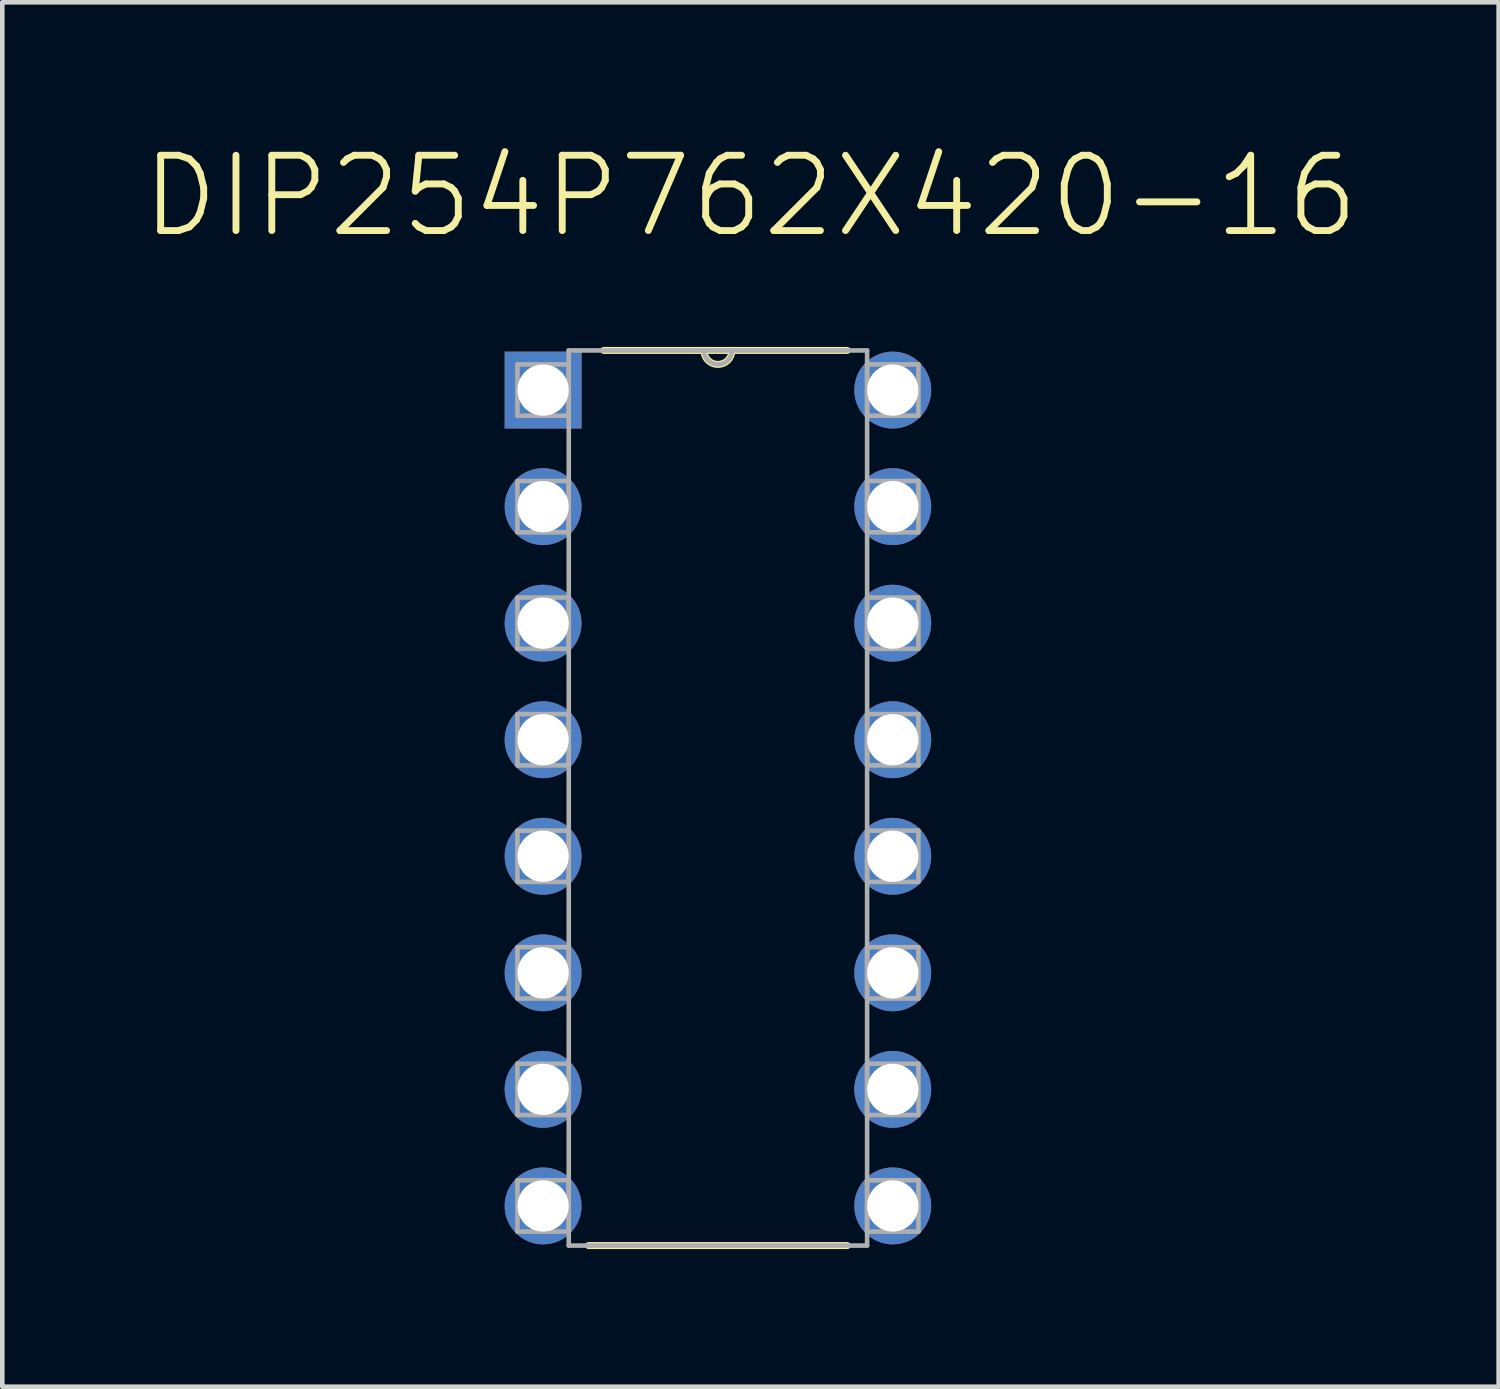
<source format=kicad_pcb>
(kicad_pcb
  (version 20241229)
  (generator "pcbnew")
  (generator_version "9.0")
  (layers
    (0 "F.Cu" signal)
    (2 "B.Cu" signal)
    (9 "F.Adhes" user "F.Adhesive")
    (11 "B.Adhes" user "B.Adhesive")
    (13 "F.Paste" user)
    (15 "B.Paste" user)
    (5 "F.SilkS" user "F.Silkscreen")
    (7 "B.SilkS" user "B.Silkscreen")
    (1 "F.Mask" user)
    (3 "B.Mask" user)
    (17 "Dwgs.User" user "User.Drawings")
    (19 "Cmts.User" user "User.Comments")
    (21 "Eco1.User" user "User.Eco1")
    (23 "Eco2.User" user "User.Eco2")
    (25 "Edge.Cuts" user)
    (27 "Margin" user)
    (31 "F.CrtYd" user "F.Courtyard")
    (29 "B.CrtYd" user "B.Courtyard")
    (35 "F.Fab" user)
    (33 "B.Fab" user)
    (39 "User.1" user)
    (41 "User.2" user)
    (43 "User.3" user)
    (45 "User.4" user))
  (footprint "DIP254P762X420-16"
    (layer "F.Cu")
    (at 16.406 23.231)
    (property "Reference" "DIP254P762X420-16" (at -3.1 -22.008 0) (layer "F.SilkS") (effects (font (size 1.641 1.641) (thickness 0.15))))
    (attr through_hole)
    (fp_line (start -6.629 0.864) (end -0.991 0.864) (stroke (width 0.152) (type solid)) (layer "F.SilkS"))
    (fp_line (start -4.115 -18.644) (end -6.299 -18.644) (stroke (width 0.152) (type solid)) (layer "F.SilkS"))
    (fp_line (start -3.505 -18.644) (end -4.115 -18.644) (stroke (width 0.152) (type solid)) (layer "F.SilkS"))
    (fp_line (start -0.991 -18.644) (end -3.505 -18.644) (stroke (width 0.152) (type solid)) (layer "F.SilkS"))
    (fp_arc (start -3.5052 -18.6436) (mid -3.81 -18.3388) (end -4.1148 -18.6436) (stroke (width 0.1524) (type solid)) (layer "F.SilkS"))
    (fp_line (start -8.179 -18.339) (end -8.179 -17.221) (stroke (width 0.1) (type solid)) (layer "F.Fab"))
    (fp_line (start -8.179 -17.221) (end -7.061 -17.221) (stroke (width 0.1) (type solid)) (layer "F.Fab"))
    (fp_line (start -8.179 -15.799) (end -8.179 -14.681) (stroke (width 0.1) (type solid)) (layer "F.Fab"))
    (fp_line (start -8.179 -14.681) (end -7.061 -14.681) (stroke (width 0.1) (type solid)) (layer "F.Fab"))
    (fp_line (start -8.179 -13.259) (end -8.179 -12.141) (stroke (width 0.1) (type solid)) (layer "F.Fab"))
    (fp_line (start -8.179 -12.141) (end -7.061 -12.141) (stroke (width 0.1) (type solid)) (layer "F.Fab"))
    (fp_line (start -8.179 -10.719) (end -8.179 -9.601) (stroke (width 0.1) (type solid)) (layer "F.Fab"))
    (fp_line (start -8.179 -9.601) (end -7.061 -9.601) (stroke (width 0.1) (type solid)) (layer "F.Fab"))
    (fp_line (start -8.179 -8.179) (end -8.179 -7.061) (stroke (width 0.1) (type solid)) (layer "F.Fab"))
    (fp_line (start -8.179 -7.061) (end -7.061 -7.061) (stroke (width 0.1) (type solid)) (layer "F.Fab"))
    (fp_line (start -8.179 -5.639) (end -8.179 -4.521) (stroke (width 0.1) (type solid)) (layer "F.Fab"))
    (fp_line (start -8.179 -4.521) (end -7.061 -4.521) (stroke (width 0.1) (type solid)) (layer "F.Fab"))
    (fp_line (start -8.179 -3.099) (end -8.179 -1.981) (stroke (width 0.1) (type solid)) (layer "F.Fab"))
    (fp_line (start -8.179 -1.981) (end -7.061 -1.981) (stroke (width 0.1) (type solid)) (layer "F.Fab"))
    (fp_line (start -8.179 -0.559) (end -8.179 0.559) (stroke (width 0.1) (type solid)) (layer "F.Fab"))
    (fp_line (start -8.179 0.559) (end -7.061 0.559) (stroke (width 0.1) (type solid)) (layer "F.Fab"))
    (fp_line (start -7.061 -18.644) (end -7.061 0.864) (stroke (width 0.1) (type solid)) (layer "F.Fab"))
    (fp_line (start -7.061 -18.339) (end -8.179 -18.339) (stroke (width 0.1) (type solid)) (layer "F.Fab"))
    (fp_line (start -7.061 -17.221) (end -7.061 -18.339) (stroke (width 0.1) (type solid)) (layer "F.Fab"))
    (fp_line (start -7.061 -15.799) (end -8.179 -15.799) (stroke (width 0.1) (type solid)) (layer "F.Fab"))
    (fp_line (start -7.061 -14.681) (end -7.061 -15.799) (stroke (width 0.1) (type solid)) (layer "F.Fab"))
    (fp_line (start -7.061 -13.259) (end -8.179 -13.259) (stroke (width 0.1) (type solid)) (layer "F.Fab"))
    (fp_line (start -7.061 -12.141) (end -7.061 -13.259) (stroke (width 0.1) (type solid)) (layer "F.Fab"))
    (fp_line (start -7.061 -10.719) (end -8.179 -10.719) (stroke (width 0.1) (type solid)) (layer "F.Fab"))
    (fp_line (start -7.061 -9.601) (end -7.061 -10.719) (stroke (width 0.1) (type solid)) (layer "F.Fab"))
    (fp_line (start -7.061 -8.179) (end -8.179 -8.179) (stroke (width 0.1) (type solid)) (layer "F.Fab"))
    (fp_line (start -7.061 -7.061) (end -7.061 -8.179) (stroke (width 0.1) (type solid)) (layer "F.Fab"))
    (fp_line (start -7.061 -5.639) (end -8.179 -5.639) (stroke (width 0.1) (type solid)) (layer "F.Fab"))
    (fp_line (start -7.061 -4.521) (end -7.061 -5.639) (stroke (width 0.1) (type solid)) (layer "F.Fab"))
    (fp_line (start -7.061 -3.099) (end -8.179 -3.099) (stroke (width 0.1) (type solid)) (layer "F.Fab"))
    (fp_line (start -7.061 -1.981) (end -7.061 -3.099) (stroke (width 0.1) (type solid)) (layer "F.Fab"))
    (fp_line (start -7.061 -0.559) (end -8.179 -0.559) (stroke (width 0.1) (type solid)) (layer "F.Fab"))
    (fp_line (start -7.061 0.559) (end -7.061 -0.559) (stroke (width 0.1) (type solid)) (layer "F.Fab"))
    (fp_line (start -7.061 0.864) (end -0.559 0.864) (stroke (width 0.1) (type solid)) (layer "F.Fab"))
    (fp_line (start -4.115 -18.644) (end -7.061 -18.644) (stroke (width 0.1) (type solid)) (layer "F.Fab"))
    (fp_line (start -3.505 -18.644) (end -4.115 -18.644) (stroke (width 0.1) (type solid)) (layer "F.Fab"))
    (fp_line (start -0.559 -18.644) (end -3.505 -18.644) (stroke (width 0.1) (type solid)) (layer "F.Fab"))
    (fp_line (start -0.559 -18.339) (end -0.559 -17.221) (stroke (width 0.1) (type solid)) (layer "F.Fab"))
    (fp_line (start -0.559 -17.221) (end 0.559 -17.221) (stroke (width 0.1) (type solid)) (layer "F.Fab"))
    (fp_line (start -0.559 -15.799) (end -0.559 -14.681) (stroke (width 0.1) (type solid)) (layer "F.Fab"))
    (fp_line (start -0.559 -14.681) (end 0.559 -14.681) (stroke (width 0.1) (type solid)) (layer "F.Fab"))
    (fp_line (start -0.559 -13.259) (end -0.559 -12.141) (stroke (width 0.1) (type solid)) (layer "F.Fab"))
    (fp_line (start -0.559 -12.141) (end 0.559 -12.141) (stroke (width 0.1) (type solid)) (layer "F.Fab"))
    (fp_line (start -0.559 -10.719) (end -0.559 -9.601) (stroke (width 0.1) (type solid)) (layer "F.Fab"))
    (fp_line (start -0.559 -9.601) (end 0.559 -9.601) (stroke (width 0.1) (type solid)) (layer "F.Fab"))
    (fp_line (start -0.559 -8.179) (end -0.559 -7.061) (stroke (width 0.1) (type solid)) (layer "F.Fab"))
    (fp_line (start -0.559 -7.061) (end 0.559 -7.061) (stroke (width 0.1) (type solid)) (layer "F.Fab"))
    (fp_line (start -0.559 -5.639) (end -0.559 -4.521) (stroke (width 0.1) (type solid)) (layer "F.Fab"))
    (fp_line (start -0.559 -4.521) (end 0.559 -4.521) (stroke (width 0.1) (type solid)) (layer "F.Fab"))
    (fp_line (start -0.559 -3.099) (end -0.559 -1.981) (stroke (width 0.1) (type solid)) (layer "F.Fab"))
    (fp_line (start -0.559 -1.981) (end 0.559 -1.981) (stroke (width 0.1) (type solid)) (layer "F.Fab"))
    (fp_line (start -0.559 -0.559) (end -0.559 0.559) (stroke (width 0.1) (type solid)) (layer "F.Fab"))
    (fp_line (start -0.559 0.559) (end 0.559 0.559) (stroke (width 0.1) (type solid)) (layer "F.Fab"))
    (fp_line (start -0.559 0.864) (end -0.559 -18.644) (stroke (width 0.1) (type solid)) (layer "F.Fab"))
    (fp_line (start 0.559 -18.339) (end -0.559 -18.339) (stroke (width 0.1) (type solid)) (layer "F.Fab"))
    (fp_line (start 0.559 -17.221) (end 0.559 -18.339) (stroke (width 0.1) (type solid)) (layer "F.Fab"))
    (fp_line (start 0.559 -15.799) (end -0.559 -15.799) (stroke (width 0.1) (type solid)) (layer "F.Fab"))
    (fp_line (start 0.559 -14.681) (end 0.559 -15.799) (stroke (width 0.1) (type solid)) (layer "F.Fab"))
    (fp_line (start 0.559 -13.259) (end -0.559 -13.259) (stroke (width 0.1) (type solid)) (layer "F.Fab"))
    (fp_line (start 0.559 -12.141) (end 0.559 -13.259) (stroke (width 0.1) (type solid)) (layer "F.Fab"))
    (fp_line (start 0.559 -10.719) (end -0.559 -10.719) (stroke (width 0.1) (type solid)) (layer "F.Fab"))
    (fp_line (start 0.559 -9.601) (end 0.559 -10.719) (stroke (width 0.1) (type solid)) (layer "F.Fab"))
    (fp_line (start 0.559 -8.179) (end -0.559 -8.179) (stroke (width 0.1) (type solid)) (layer "F.Fab"))
    (fp_line (start 0.559 -7.061) (end 0.559 -8.179) (stroke (width 0.1) (type solid)) (layer "F.Fab"))
    (fp_line (start 0.559 -5.639) (end -0.559 -5.639) (stroke (width 0.1) (type solid)) (layer "F.Fab"))
    (fp_line (start 0.559 -4.521) (end 0.559 -5.639) (stroke (width 0.1) (type solid)) (layer "F.Fab"))
    (fp_line (start 0.559 -3.099) (end -0.559 -3.099) (stroke (width 0.1) (type solid)) (layer "F.Fab"))
    (fp_line (start 0.559 -1.981) (end 0.559 -3.099) (stroke (width 0.1) (type solid)) (layer "F.Fab"))
    (fp_line (start 0.559 -0.559) (end -0.559 -0.559) (stroke (width 0.1) (type solid)) (layer "F.Fab"))
    (fp_line (start 0.559 0.559) (end 0.559 -0.559) (stroke (width 0.1) (type solid)) (layer "F.Fab"))
    (fp_arc (start -3.5052 -18.6436) (mid -3.81 -18.3388) (end -4.1148 -18.6436) (stroke (width 0.1) (type solid)) (layer "F.Fab"))
    (pad "1" thru_hole rect (at -7.62 -17.78) (size 1.676 1.676) (drill 1.118) (layers "*.Cu" "*.Mask"))
    (pad "2" thru_hole circle (at -7.62 -15.24) (size 1.676 1.676) (drill 1.118) (layers "*.Cu" "*.Mask"))
    (pad "3" thru_hole circle (at -7.62 -12.7) (size 1.676 1.676) (drill 1.118) (layers "*.Cu" "*.Mask"))
    (pad "4" thru_hole circle (at -7.62 -10.16) (size 1.676 1.676) (drill 1.118) (layers "*.Cu" "*.Mask"))
    (pad "5" thru_hole circle (at -7.62 -7.62) (size 1.676 1.676) (drill 1.118) (layers "*.Cu" "*.Mask"))
    (pad "6" thru_hole circle (at -7.62 -5.08) (size 1.676 1.676) (drill 1.118) (layers "*.Cu" "*.Mask"))
    (pad "7" thru_hole circle (at -7.62 -2.54) (size 1.676 1.676) (drill 1.118) (layers "*.Cu" "*.Mask"))
    (pad "8" thru_hole circle (at -7.62 0) (size 1.676 1.676) (drill 1.118) (layers "*.Cu" "*.Mask"))
    (pad "9" thru_hole circle (at 0 0) (size 1.676 1.676) (drill 1.118) (layers "*.Cu" "*.Mask"))
    (pad "10" thru_hole circle (at 0 -2.54) (size 1.676 1.676) (drill 1.118) (layers "*.Cu" "*.Mask"))
    (pad "11" thru_hole circle (at 0 -5.08) (size 1.676 1.676) (drill 1.118) (layers "*.Cu" "*.Mask"))
    (pad "12" thru_hole circle (at 0 -7.62) (size 1.676 1.676) (drill 1.118) (layers "*.Cu" "*.Mask"))
    (pad "13" thru_hole circle (at 0 -10.16) (size 1.676 1.676) (drill 1.118) (layers "*.Cu" "*.Mask"))
    (pad "14" thru_hole circle (at 0 -12.7) (size 1.676 1.676) (drill 1.118) (layers "*.Cu" "*.Mask"))
    (pad "15" thru_hole circle (at 0 -15.24) (size 1.676 1.676) (drill 1.118) (layers "*.Cu" "*.Mask"))
    (pad "16" thru_hole circle (at 0 -17.78) (size 1.676 1.676) (drill 1.118) (layers "*.Cu" "*.Mask")))
  (gr_rect
    (start -3 -3)
    (end 29.61 27.171)
    (stroke (width 0.1) (type default))
    (fill no)
    (layer "Edge.Cuts")))
</source>
